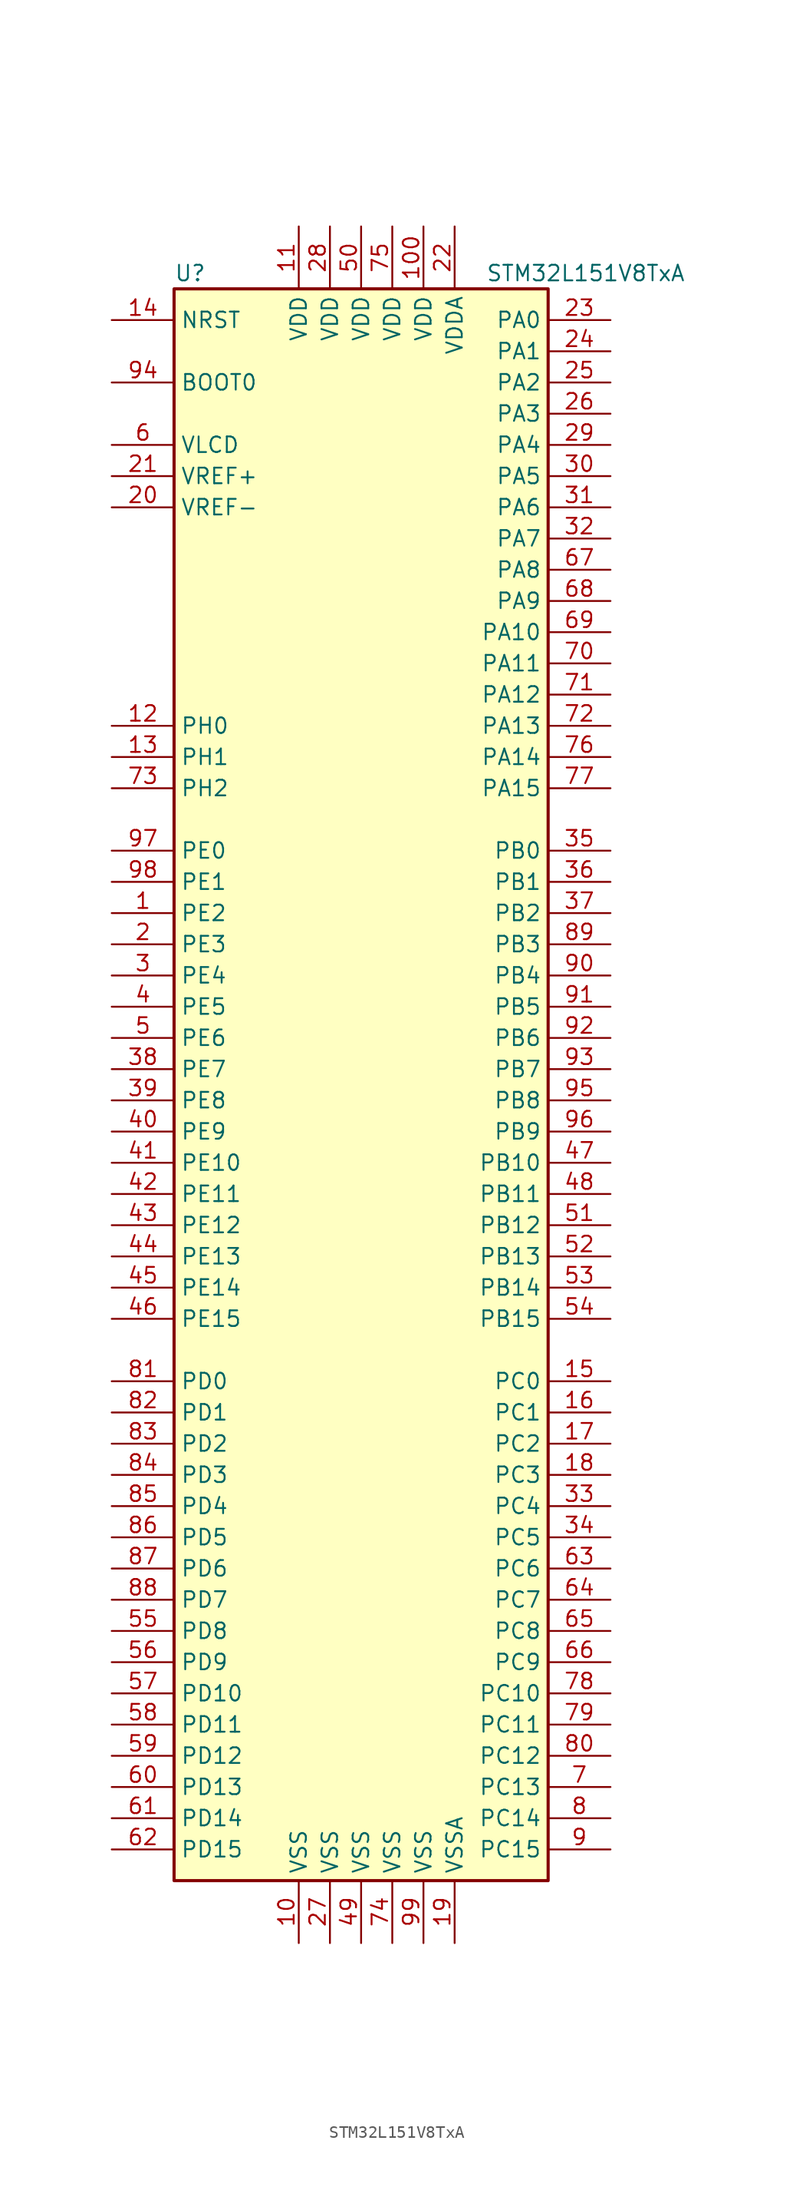
<source format=kicad_sym>
(kicad_symbol_lib
  (version 20201005)
  (generator kicad_symbol_editor)
  (symbol "STM32L151V8TxA"
    (property "Reference" "U"
      (at -15.24 64.77 0)
      (effects (font (size 1.27 1.27)) (justify left)))
    (property "Value" "STM32L151V8TxA"
      (at 10.16 64.77 0)
      (effects (font (size 1.27 1.27)) (justify left)))
    (symbol "STM32L151V8TxA_0_1"
      (rectangle (start -15.24 -66.04) (end 15.24 63.5) (stroke (width 0.254)) (fill (type background))))
    (symbol "STM32L151V8TxA_1_1"
      (pin input line (at -20.32 55.88 0) (length 5.08) (name "BOOT0" (effects (font (size 1.27 1.27)))) (number "94" (effects (font (size 1.27 1.27)))))
      (pin input line (at -20.32 60.96 0) (length 5.08) (name "NRST" (effects (font (size 1.27 1.27)))) (number "14" (effects (font (size 1.27 1.27)))))
      (pin bidirectional line (at 20.32 60.96 180) (length 5.08) (name "PA0" (effects (font (size 1.27 1.27)))) (number "23" (effects (font (size 1.27 1.27)))))
      (pin bidirectional line (at 20.32 58.42 180) (length 5.08) (name "PA1" (effects (font (size 1.27 1.27)))) (number "24" (effects (font (size 1.27 1.27)))))
      (pin bidirectional line (at 20.32 35.56 180) (length 5.08) (name "PA10" (effects (font (size 1.27 1.27)))) (number "69" (effects (font (size 1.27 1.27)))))
      (pin bidirectional line (at 20.32 33.02 180) (length 5.08) (name "PA11" (effects (font (size 1.27 1.27)))) (number "70" (effects (font (size 1.27 1.27)))))
      (pin bidirectional line (at 20.32 30.48 180) (length 5.08) (name "PA12" (effects (font (size 1.27 1.27)))) (number "71" (effects (font (size 1.27 1.27)))))
      (pin bidirectional line (at 20.32 27.94 180) (length 5.08) (name "PA13" (effects (font (size 1.27 1.27)))) (number "72" (effects (font (size 1.27 1.27)))))
      (pin bidirectional line (at 20.32 25.4 180) (length 5.08) (name "PA14" (effects (font (size 1.27 1.27)))) (number "76" (effects (font (size 1.27 1.27)))))
      (pin bidirectional line (at 20.32 22.86 180) (length 5.08) (name "PA15" (effects (font (size 1.27 1.27)))) (number "77" (effects (font (size 1.27 1.27)))))
      (pin bidirectional line (at 20.32 55.88 180) (length 5.08) (name "PA2" (effects (font (size 1.27 1.27)))) (number "25" (effects (font (size 1.27 1.27)))))
      (pin bidirectional line (at 20.32 53.34 180) (length 5.08) (name "PA3" (effects (font (size 1.27 1.27)))) (number "26" (effects (font (size 1.27 1.27)))))
      (pin bidirectional line (at 20.32 50.8 180) (length 5.08) (name "PA4" (effects (font (size 1.27 1.27)))) (number "29" (effects (font (size 1.27 1.27)))))
      (pin bidirectional line (at 20.32 48.26 180) (length 5.08) (name "PA5" (effects (font (size 1.27 1.27)))) (number "30" (effects (font (size 1.27 1.27)))))
      (pin bidirectional line (at 20.32 45.72 180) (length 5.08) (name "PA6" (effects (font (size 1.27 1.27)))) (number "31" (effects (font (size 1.27 1.27)))))
      (pin bidirectional line (at 20.32 43.18 180) (length 5.08) (name "PA7" (effects (font (size 1.27 1.27)))) (number "32" (effects (font (size 1.27 1.27)))))
      (pin bidirectional line (at 20.32 40.64 180) (length 5.08) (name "PA8" (effects (font (size 1.27 1.27)))) (number "67" (effects (font (size 1.27 1.27)))))
      (pin bidirectional line (at 20.32 38.1 180) (length 5.08) (name "PA9" (effects (font (size 1.27 1.27)))) (number "68" (effects (font (size 1.27 1.27)))))
      (pin bidirectional line (at 20.32 17.78 180) (length 5.08) (name "PB0" (effects (font (size 1.27 1.27)))) (number "35" (effects (font (size 1.27 1.27)))))
      (pin bidirectional line (at 20.32 15.24 180) (length 5.08) (name "PB1" (effects (font (size 1.27 1.27)))) (number "36" (effects (font (size 1.27 1.27)))))
      (pin bidirectional line (at 20.32 -7.62 180) (length 5.08) (name "PB10" (effects (font (size 1.27 1.27)))) (number "47" (effects (font (size 1.27 1.27)))))
      (pin bidirectional line (at 20.32 -10.16 180) (length 5.08) (name "PB11" (effects (font (size 1.27 1.27)))) (number "48" (effects (font (size 1.27 1.27)))))
      (pin bidirectional line (at 20.32 -12.7 180) (length 5.08) (name "PB12" (effects (font (size 1.27 1.27)))) (number "51" (effects (font (size 1.27 1.27)))))
      (pin bidirectional line (at 20.32 -15.24 180) (length 5.08) (name "PB13" (effects (font (size 1.27 1.27)))) (number "52" (effects (font (size 1.27 1.27)))))
      (pin bidirectional line (at 20.32 -17.78 180) (length 5.08) (name "PB14" (effects (font (size 1.27 1.27)))) (number "53" (effects (font (size 1.27 1.27)))))
      (pin bidirectional line (at 20.32 -20.32 180) (length 5.08) (name "PB15" (effects (font (size 1.27 1.27)))) (number "54" (effects (font (size 1.27 1.27)))))
      (pin bidirectional line (at 20.32 12.7 180) (length 5.08) (name "PB2" (effects (font (size 1.27 1.27)))) (number "37" (effects (font (size 1.27 1.27)))))
      (pin bidirectional line (at 20.32 10.16 180) (length 5.08) (name "PB3" (effects (font (size 1.27 1.27)))) (number "89" (effects (font (size 1.27 1.27)))))
      (pin bidirectional line (at 20.32 7.62 180) (length 5.08) (name "PB4" (effects (font (size 1.27 1.27)))) (number "90" (effects (font (size 1.27 1.27)))))
      (pin bidirectional line (at 20.32 5.08 180) (length 5.08) (name "PB5" (effects (font (size 1.27 1.27)))) (number "91" (effects (font (size 1.27 1.27)))))
      (pin bidirectional line (at 20.32 2.54 180) (length 5.08) (name "PB6" (effects (font (size 1.27 1.27)))) (number "92" (effects (font (size 1.27 1.27)))))
      (pin bidirectional line (at 20.32 0 180) (length 5.08) (name "PB7" (effects (font (size 1.27 1.27)))) (number "93" (effects (font (size 1.27 1.27)))))
      (pin bidirectional line (at 20.32 -2.54 180) (length 5.08) (name "PB8" (effects (font (size 1.27 1.27)))) (number "95" (effects (font (size 1.27 1.27)))))
      (pin bidirectional line (at 20.32 -5.08 180) (length 5.08) (name "PB9" (effects (font (size 1.27 1.27)))) (number "96" (effects (font (size 1.27 1.27)))))
      (pin bidirectional line (at 20.32 -25.4 180) (length 5.08) (name "PC0" (effects (font (size 1.27 1.27)))) (number "15" (effects (font (size 1.27 1.27)))))
      (pin bidirectional line (at 20.32 -27.94 180) (length 5.08) (name "PC1" (effects (font (size 1.27 1.27)))) (number "16" (effects (font (size 1.27 1.27)))))
      (pin bidirectional line (at 20.32 -50.8 180) (length 5.08) (name "PC10" (effects (font (size 1.27 1.27)))) (number "78" (effects (font (size 1.27 1.27)))))
      (pin bidirectional line (at 20.32 -53.34 180) (length 5.08) (name "PC11" (effects (font (size 1.27 1.27)))) (number "79" (effects (font (size 1.27 1.27)))))
      (pin bidirectional line (at 20.32 -55.88 180) (length 5.08) (name "PC12" (effects (font (size 1.27 1.27)))) (number "80" (effects (font (size 1.27 1.27)))))
      (pin bidirectional line (at 20.32 -58.42 180) (length 5.08) (name "PC13" (effects (font (size 1.27 1.27)))) (number "7" (effects (font (size 1.27 1.27)))))
      (pin bidirectional line (at 20.32 -60.96 180) (length 5.08) (name "PC14" (effects (font (size 1.27 1.27)))) (number "8" (effects (font (size 1.27 1.27)))))
      (pin bidirectional line (at 20.32 -63.5 180) (length 5.08) (name "PC15" (effects (font (size 1.27 1.27)))) (number "9" (effects (font (size 1.27 1.27)))))
      (pin bidirectional line (at 20.32 -30.48 180) (length 5.08) (name "PC2" (effects (font (size 1.27 1.27)))) (number "17" (effects (font (size 1.27 1.27)))))
      (pin bidirectional line (at 20.32 -33.02 180) (length 5.08) (name "PC3" (effects (font (size 1.27 1.27)))) (number "18" (effects (font (size 1.27 1.27)))))
      (pin bidirectional line (at 20.32 -35.56 180) (length 5.08) (name "PC4" (effects (font (size 1.27 1.27)))) (number "33" (effects (font (size 1.27 1.27)))))
      (pin bidirectional line (at 20.32 -38.1 180) (length 5.08) (name "PC5" (effects (font (size 1.27 1.27)))) (number "34" (effects (font (size 1.27 1.27)))))
      (pin bidirectional line (at 20.32 -40.64 180) (length 5.08) (name "PC6" (effects (font (size 1.27 1.27)))) (number "63" (effects (font (size 1.27 1.27)))))
      (pin bidirectional line (at 20.32 -43.18 180) (length 5.08) (name "PC7" (effects (font (size 1.27 1.27)))) (number "64" (effects (font (size 1.27 1.27)))))
      (pin bidirectional line (at 20.32 -45.72 180) (length 5.08) (name "PC8" (effects (font (size 1.27 1.27)))) (number "65" (effects (font (size 1.27 1.27)))))
      (pin bidirectional line (at 20.32 -48.26 180) (length 5.08) (name "PC9" (effects (font (size 1.27 1.27)))) (number "66" (effects (font (size 1.27 1.27)))))
      (pin bidirectional line (at -20.32 -25.4 0) (length 5.08) (name "PD0" (effects (font (size 1.27 1.27)))) (number "81" (effects (font (size 1.27 1.27)))))
      (pin bidirectional line (at -20.32 -27.94 0) (length 5.08) (name "PD1" (effects (font (size 1.27 1.27)))) (number "82" (effects (font (size 1.27 1.27)))))
      (pin bidirectional line (at -20.32 -50.8 0) (length 5.08) (name "PD10" (effects (font (size 1.27 1.27)))) (number "57" (effects (font (size 1.27 1.27)))))
      (pin bidirectional line (at -20.32 -53.34 0) (length 5.08) (name "PD11" (effects (font (size 1.27 1.27)))) (number "58" (effects (font (size 1.27 1.27)))))
      (pin bidirectional line (at -20.32 -55.88 0) (length 5.08) (name "PD12" (effects (font (size 1.27 1.27)))) (number "59" (effects (font (size 1.27 1.27)))))
      (pin bidirectional line (at -20.32 -58.42 0) (length 5.08) (name "PD13" (effects (font (size 1.27 1.27)))) (number "60" (effects (font (size 1.27 1.27)))))
      (pin bidirectional line (at -20.32 -60.96 0) (length 5.08) (name "PD14" (effects (font (size 1.27 1.27)))) (number "61" (effects (font (size 1.27 1.27)))))
      (pin bidirectional line (at -20.32 -63.5 0) (length 5.08) (name "PD15" (effects (font (size 1.27 1.27)))) (number "62" (effects (font (size 1.27 1.27)))))
      (pin bidirectional line (at -20.32 -30.48 0) (length 5.08) (name "PD2" (effects (font (size 1.27 1.27)))) (number "83" (effects (font (size 1.27 1.27)))))
      (pin bidirectional line (at -20.32 -33.02 0) (length 5.08) (name "PD3" (effects (font (size 1.27 1.27)))) (number "84" (effects (font (size 1.27 1.27)))))
      (pin bidirectional line (at -20.32 -35.56 0) (length 5.08) (name "PD4" (effects (font (size 1.27 1.27)))) (number "85" (effects (font (size 1.27 1.27)))))
      (pin bidirectional line (at -20.32 -38.1 0) (length 5.08) (name "PD5" (effects (font (size 1.27 1.27)))) (number "86" (effects (font (size 1.27 1.27)))))
      (pin bidirectional line (at -20.32 -40.64 0) (length 5.08) (name "PD6" (effects (font (size 1.27 1.27)))) (number "87" (effects (font (size 1.27 1.27)))))
      (pin bidirectional line (at -20.32 -43.18 0) (length 5.08) (name "PD7" (effects (font (size 1.27 1.27)))) (number "88" (effects (font (size 1.27 1.27)))))
      (pin bidirectional line (at -20.32 -45.72 0) (length 5.08) (name "PD8" (effects (font (size 1.27 1.27)))) (number "55" (effects (font (size 1.27 1.27)))))
      (pin bidirectional line (at -20.32 -48.26 0) (length 5.08) (name "PD9" (effects (font (size 1.27 1.27)))) (number "56" (effects (font (size 1.27 1.27)))))
      (pin bidirectional line (at -20.32 17.78 0) (length 5.08) (name "PE0" (effects (font (size 1.27 1.27)))) (number "97" (effects (font (size 1.27 1.27)))))
      (pin bidirectional line (at -20.32 15.24 0) (length 5.08) (name "PE1" (effects (font (size 1.27 1.27)))) (number "98" (effects (font (size 1.27 1.27)))))
      (pin bidirectional line (at -20.32 -7.62 0) (length 5.08) (name "PE10" (effects (font (size 1.27 1.27)))) (number "41" (effects (font (size 1.27 1.27)))))
      (pin bidirectional line (at -20.32 -10.16 0) (length 5.08) (name "PE11" (effects (font (size 1.27 1.27)))) (number "42" (effects (font (size 1.27 1.27)))))
      (pin bidirectional line (at -20.32 -12.7 0) (length 5.08) (name "PE12" (effects (font (size 1.27 1.27)))) (number "43" (effects (font (size 1.27 1.27)))))
      (pin bidirectional line (at -20.32 -15.24 0) (length 5.08) (name "PE13" (effects (font (size 1.27 1.27)))) (number "44" (effects (font (size 1.27 1.27)))))
      (pin bidirectional line (at -20.32 -17.78 0) (length 5.08) (name "PE14" (effects (font (size 1.27 1.27)))) (number "45" (effects (font (size 1.27 1.27)))))
      (pin bidirectional line (at -20.32 -20.32 0) (length 5.08) (name "PE15" (effects (font (size 1.27 1.27)))) (number "46" (effects (font (size 1.27 1.27)))))
      (pin bidirectional line (at -20.32 12.7 0) (length 5.08) (name "PE2" (effects (font (size 1.27 1.27)))) (number "1" (effects (font (size 1.27 1.27)))))
      (pin bidirectional line (at -20.32 10.16 0) (length 5.08) (name "PE3" (effects (font (size 1.27 1.27)))) (number "2" (effects (font (size 1.27 1.27)))))
      (pin bidirectional line (at -20.32 7.62 0) (length 5.08) (name "PE4" (effects (font (size 1.27 1.27)))) (number "3" (effects (font (size 1.27 1.27)))))
      (pin bidirectional line (at -20.32 5.08 0) (length 5.08) (name "PE5" (effects (font (size 1.27 1.27)))) (number "4" (effects (font (size 1.27 1.27)))))
      (pin bidirectional line (at -20.32 2.54 0) (length 5.08) (name "PE6" (effects (font (size 1.27 1.27)))) (number "5" (effects (font (size 1.27 1.27)))))
      (pin bidirectional line (at -20.32 0 0) (length 5.08) (name "PE7" (effects (font (size 1.27 1.27)))) (number "38" (effects (font (size 1.27 1.27)))))
      (pin bidirectional line (at -20.32 -2.54 0) (length 5.08) (name "PE8" (effects (font (size 1.27 1.27)))) (number "39" (effects (font (size 1.27 1.27)))))
      (pin bidirectional line (at -20.32 -5.08 0) (length 5.08) (name "PE9" (effects (font (size 1.27 1.27)))) (number "40" (effects (font (size 1.27 1.27)))))
      (pin input line (at -20.32 27.94 0) (length 5.08) (name "PH0" (effects (font (size 1.27 1.27)))) (number "12" (effects (font (size 1.27 1.27)))))
      (pin input line (at -20.32 25.4 0) (length 5.08) (name "PH1" (effects (font (size 1.27 1.27)))) (number "13" (effects (font (size 1.27 1.27)))))
      (pin bidirectional line (at -20.32 22.86 0) (length 5.08) (name "PH2" (effects (font (size 1.27 1.27)))) (number "73" (effects (font (size 1.27 1.27)))))
      (pin power_in line (at 5.08 68.58 270) (length 5.08) (name "VDD" (effects (font (size 1.27 1.27)))) (number "100" (effects (font (size 1.27 1.27)))))
      (pin power_in line (at -5.08 68.58 270) (length 5.08) (name "VDD" (effects (font (size 1.27 1.27)))) (number "11" (effects (font (size 1.27 1.27)))))
      (pin power_in line (at -2.54 68.58 270) (length 5.08) (name "VDD" (effects (font (size 1.27 1.27)))) (number "28" (effects (font (size 1.27 1.27)))))
      (pin power_in line (at 0 68.58 270) (length 5.08) (name "VDD" (effects (font (size 1.27 1.27)))) (number "50" (effects (font (size 1.27 1.27)))))
      (pin power_in line (at 2.54 68.58 270) (length 5.08) (name "VDD" (effects (font (size 1.27 1.27)))) (number "75" (effects (font (size 1.27 1.27)))))
      (pin power_in line (at 7.62 68.58 270) (length 5.08) (name "VDDA" (effects (font (size 1.27 1.27)))) (number "22" (effects (font (size 1.27 1.27)))))
      (pin power_in line (at -20.32 50.8 0) (length 5.08) (name "VLCD" (effects (font (size 1.27 1.27)))) (number "6" (effects (font (size 1.27 1.27)))))
      (pin power_in line (at -20.32 48.26 0) (length 5.08) (name "VREF+" (effects (font (size 1.27 1.27)))) (number "21" (effects (font (size 1.27 1.27)))))
      (pin power_in line (at -20.32 45.72 0) (length 5.08) (name "VREF-" (effects (font (size 1.27 1.27)))) (number "20" (effects (font (size 1.27 1.27)))))
      (pin power_in line (at -5.08 -71.12 90) (length 5.08) (name "VSS" (effects (font (size 1.27 1.27)))) (number "10" (effects (font (size 1.27 1.27)))))
      (pin power_in line (at -2.54 -71.12 90) (length 5.08) (name "VSS" (effects (font (size 1.27 1.27)))) (number "27" (effects (font (size 1.27 1.27)))))
      (pin power_in line (at 0 -71.12 90) (length 5.08) (name "VSS" (effects (font (size 1.27 1.27)))) (number "49" (effects (font (size 1.27 1.27)))))
      (pin power_in line (at 2.54 -71.12 90) (length 5.08) (name "VSS" (effects (font (size 1.27 1.27)))) (number "74" (effects (font (size 1.27 1.27)))))
      (pin power_in line (at 5.08 -71.12 90) (length 5.08) (name "VSS" (effects (font (size 1.27 1.27)))) (number "99" (effects (font (size 1.27 1.27)))))
      (pin power_in line (at 7.62 -71.12 90) (length 5.08) (name "VSSA" (effects (font (size 1.27 1.27)))) (number "19" (effects (font (size 1.27 1.27))))))))
</source>
